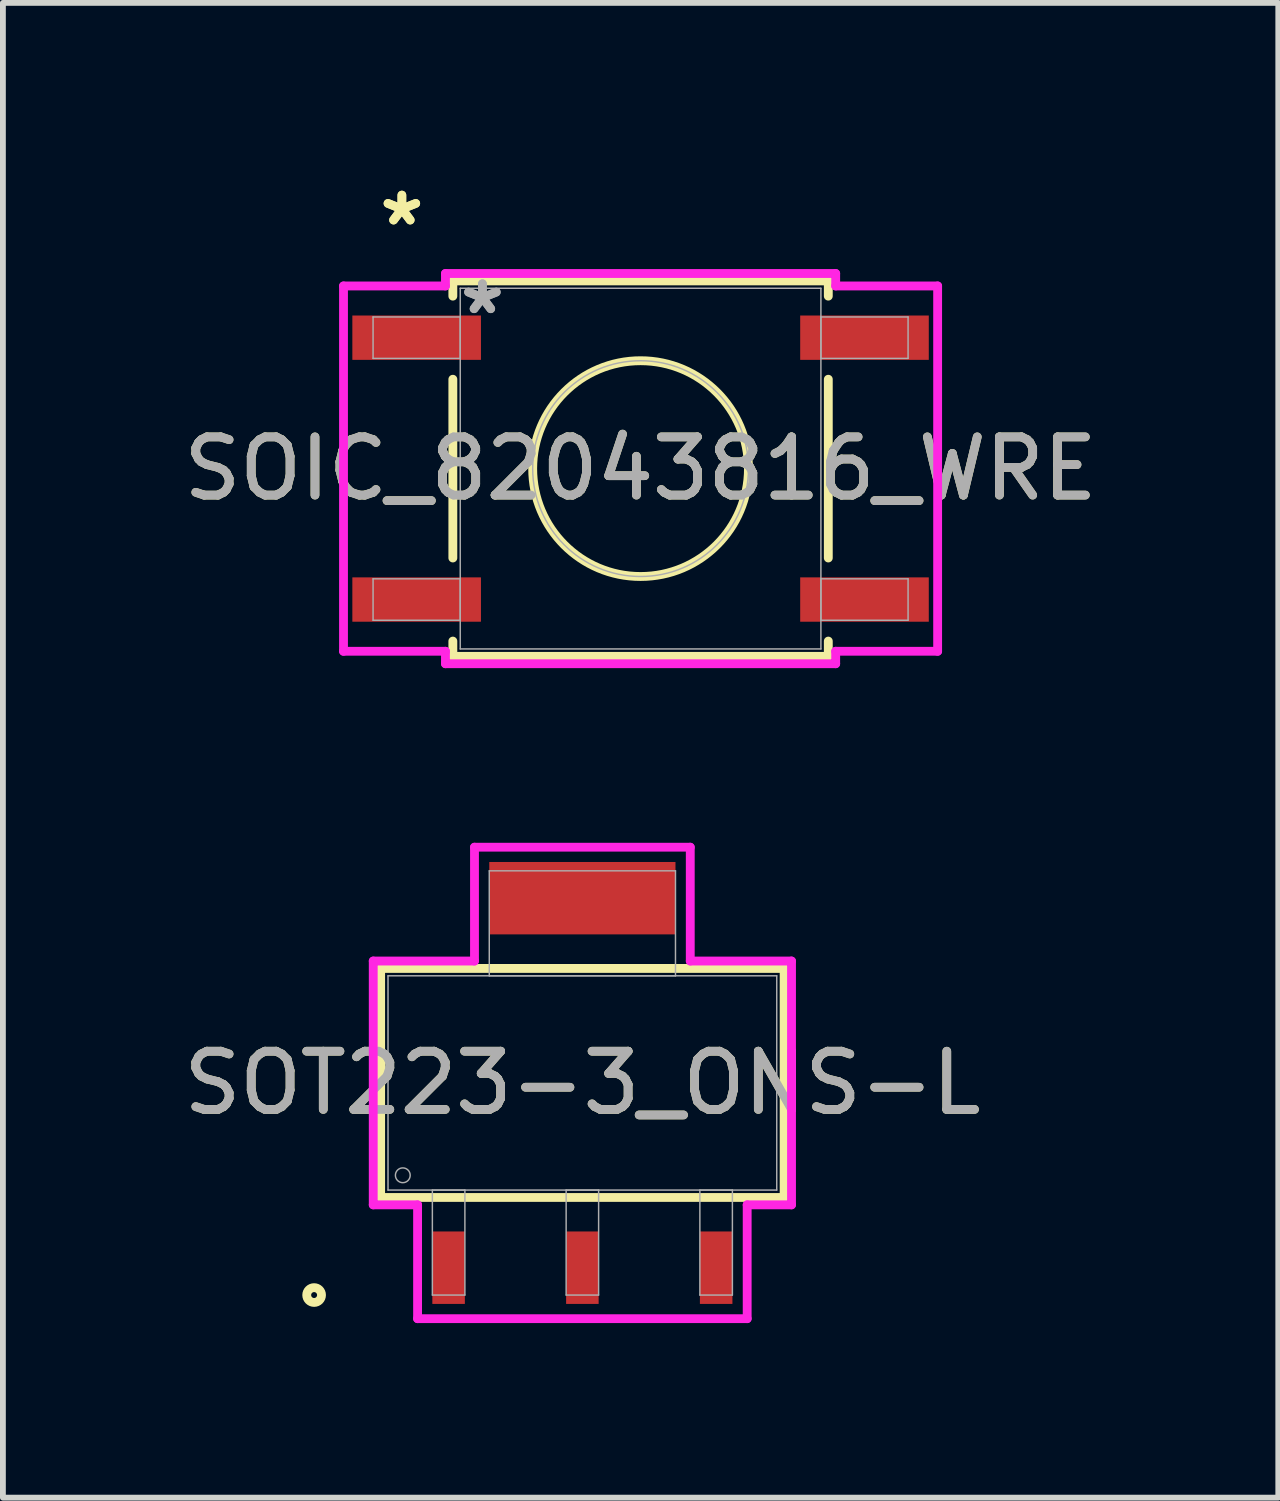
<source format=kicad_pcb>
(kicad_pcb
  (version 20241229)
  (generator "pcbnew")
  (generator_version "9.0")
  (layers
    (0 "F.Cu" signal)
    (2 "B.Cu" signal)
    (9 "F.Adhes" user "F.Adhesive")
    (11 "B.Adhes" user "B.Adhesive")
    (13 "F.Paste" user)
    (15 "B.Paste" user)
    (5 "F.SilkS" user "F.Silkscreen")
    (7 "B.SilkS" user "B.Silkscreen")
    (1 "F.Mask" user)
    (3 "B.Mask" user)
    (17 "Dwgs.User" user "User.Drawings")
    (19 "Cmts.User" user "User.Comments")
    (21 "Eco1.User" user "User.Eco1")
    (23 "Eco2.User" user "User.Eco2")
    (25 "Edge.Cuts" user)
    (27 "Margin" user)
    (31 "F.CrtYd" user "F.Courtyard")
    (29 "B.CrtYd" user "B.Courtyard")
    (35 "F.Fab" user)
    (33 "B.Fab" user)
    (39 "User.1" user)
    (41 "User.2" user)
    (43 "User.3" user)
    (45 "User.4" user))
  (footprint "SOIC_82043816_WRE"
    (layer "F.Cu")
    (at 7.958 5.003)
    (property "Reference" "SOIC_82043816_WRE" (at 0 0 0) (unlocked yes) (layer "F.SilkS") (effects (font (size 1 1) (thickness 0.15))))
    (attr smd)
    (fp_line (start -3.226 -3.226) (end -3.226 -2.964) (stroke (width 0.152) (type solid)) (layer "F.SilkS"))
    (fp_line (start -3.226 -1.536) (end -3.226 1.536) (stroke (width 0.152) (type solid)) (layer "F.SilkS"))
    (fp_line (start -3.226 2.964) (end -3.226 3.226) (stroke (width 0.152) (type solid)) (layer "F.SilkS"))
    (fp_line (start -3.226 3.226) (end 3.226 3.226) (stroke (width 0.152) (type solid)) (layer "F.SilkS"))
    (fp_line (start 3.226 -3.226) (end -3.226 -3.226) (stroke (width 0.152) (type solid)) (layer "F.SilkS"))
    (fp_line (start 3.226 -2.964) (end 3.226 -3.226) (stroke (width 0.152) (type solid)) (layer "F.SilkS"))
    (fp_line (start 3.226 1.536) (end 3.226 -1.536) (stroke (width 0.152) (type solid)) (layer "F.SilkS"))
    (fp_line (start 3.226 3.226) (end 3.226 2.964) (stroke (width 0.152) (type solid)) (layer "F.SilkS"))
    (fp_circle (center 0 0) (end 1.854 0) (stroke (width 0.152) (type solid)) (fill no) (layer "F.SilkS"))
    (fp_line (start -5.105 -3.139) (end -3.353 -3.139) (stroke (width 0.152) (type solid)) (layer "F.CrtYd"))
    (fp_line (start -5.105 3.139) (end -5.105 -3.139) (stroke (width 0.152) (type solid)) (layer "F.CrtYd"))
    (fp_line (start -3.353 -3.353) (end 3.353 -3.353) (stroke (width 0.152) (type solid)) (layer "F.CrtYd"))
    (fp_line (start -3.353 -3.139) (end -3.353 -3.353) (stroke (width 0.152) (type solid)) (layer "F.CrtYd"))
    (fp_line (start -3.353 3.139) (end -5.105 3.139) (stroke (width 0.152) (type solid)) (layer "F.CrtYd"))
    (fp_line (start -3.353 3.353) (end -3.353 3.139) (stroke (width 0.152) (type solid)) (layer "F.CrtYd"))
    (fp_line (start 3.353 -3.353) (end 3.353 -3.139) (stroke (width 0.152) (type solid)) (layer "F.CrtYd"))
    (fp_line (start 3.353 -3.139) (end 5.105 -3.139) (stroke (width 0.152) (type solid)) (layer "F.CrtYd"))
    (fp_line (start 3.353 3.139) (end 3.353 3.353) (stroke (width 0.152) (type solid)) (layer "F.CrtYd"))
    (fp_line (start 3.353 3.353) (end -3.353 3.353) (stroke (width 0.152) (type solid)) (layer "F.CrtYd"))
    (fp_line (start 5.105 -3.139) (end 5.105 3.139) (stroke (width 0.152) (type solid)) (layer "F.CrtYd"))
    (fp_line (start 5.105 3.139) (end 3.353 3.139) (stroke (width 0.152) (type solid)) (layer "F.CrtYd"))
    (fp_line (start -4.597 -2.606) (end -4.597 -1.894) (stroke (width 0.025) (type solid)) (layer "F.Fab"))
    (fp_line (start -4.597 -1.894) (end -3.099 -1.894) (stroke (width 0.025) (type solid)) (layer "F.Fab"))
    (fp_line (start -4.597 1.894) (end -4.597 2.606) (stroke (width 0.025) (type solid)) (layer "F.Fab"))
    (fp_line (start -4.597 2.606) (end -3.099 2.606) (stroke (width 0.025) (type solid)) (layer "F.Fab"))
    (fp_line (start -3.099 -3.099) (end -3.099 3.099) (stroke (width 0.025) (type solid)) (layer "F.Fab"))
    (fp_line (start -3.099 -2.606) (end -4.597 -2.606) (stroke (width 0.025) (type solid)) (layer "F.Fab"))
    (fp_line (start -3.099 -1.894) (end -3.099 -2.606) (stroke (width 0.025) (type solid)) (layer "F.Fab"))
    (fp_line (start -3.099 1.894) (end -4.597 1.894) (stroke (width 0.025) (type solid)) (layer "F.Fab"))
    (fp_line (start -3.099 2.606) (end -3.099 1.894) (stroke (width 0.025) (type solid)) (layer "F.Fab"))
    (fp_line (start -3.099 3.099) (end 3.099 3.099) (stroke (width 0.025) (type solid)) (layer "F.Fab"))
    (fp_line (start 3.099 -3.099) (end -3.099 -3.099) (stroke (width 0.025) (type solid)) (layer "F.Fab"))
    (fp_line (start 3.099 -2.606) (end 3.099 -1.894) (stroke (width 0.025) (type solid)) (layer "F.Fab"))
    (fp_line (start 3.099 -1.894) (end 4.597 -1.894) (stroke (width 0.025) (type solid)) (layer "F.Fab"))
    (fp_line (start 3.099 1.894) (end 3.099 2.606) (stroke (width 0.025) (type solid)) (layer "F.Fab"))
    (fp_line (start 3.099 2.606) (end 4.597 2.606) (stroke (width 0.025) (type solid)) (layer "F.Fab"))
    (fp_line (start 3.099 3.099) (end 3.099 -3.099) (stroke (width 0.025) (type solid)) (layer "F.Fab"))
    (fp_line (start 4.597 -2.606) (end 3.099 -2.606) (stroke (width 0.025) (type solid)) (layer "F.Fab"))
    (fp_line (start 4.597 -1.894) (end 4.597 -2.606) (stroke (width 0.025) (type solid)) (layer "F.Fab"))
    (fp_line (start 4.597 1.894) (end 3.099 1.894) (stroke (width 0.025) (type solid)) (layer "F.Fab"))
    (fp_line (start 4.597 2.606) (end 4.597 1.894) (stroke (width 0.025) (type solid)) (layer "F.Fab"))
    (fp_circle (center 0 0) (end 1.854 0) (stroke (width 0.025) (type solid)) (fill no) (layer "F.Fab"))
    (fp_text user "*" (at -4.102 -4.155 0) (layer "F.SilkS") (effects (font (size 1 1) (thickness 0.15))))
    (fp_text user "*" (at -4.102 -4.155 0) (unlocked yes) (layer "F.SilkS") (effects (font (size 1 1) (thickness 0.15))))
    (fp_text user "${REFERENCE}" (at 0 0 0) (unlocked yes) (layer "F.Fab") (effects (font (size 1 1) (thickness 0.15))))
    (fp_text user "*" (at -2.718 -2.631 0) (unlocked yes) (layer "F.Fab") (effects (font (size 1 1) (thickness 0.15))))
    (fp_text user "*" (at -2.718 -2.631 0) (layer "F.Fab") (effects (font (size 1 1) (thickness 0.15))))
    (pad "1" smd rect (at -3.848 -2.25) (size 2.21 0.762) (layers "F.Cu" "F.Mask" "F.Paste"))
    (pad "2" smd rect (at -3.848 2.25) (size 2.21 0.762) (layers "F.Cu" "F.Mask" "F.Paste"))
    (pad "3" smd rect (at 3.848 2.25) (size 2.21 0.762) (layers "F.Cu" "F.Mask" "F.Paste"))
    (pad "4" smd rect (at 3.848 -2.25) (size 2.21 0.762) (layers "F.Cu" "F.Mask" "F.Paste")))
  (footprint "SOT223-3_ONS-L"
    (layer "F.Cu")
    (at 6.958 15.56)
    (property "Reference" "SOT223-3_ONS-L" (at 0 0 0) (unlocked yes) (layer "F.SilkS") (effects (font (size 1 1) (thickness 0.15))))
    (attr smd)
    (fp_poly (pts (xy 1.6 -3.797) (xy -1.6 -3.797) (xy -1.6 -2.553) (xy 1.6 -2.553)) (stroke (width 0) (type solid)) (fill yes) (layer "F.Cu"))
    (fp_poly (pts (xy 1.6 -3.95) (xy -1.6 -3.95) (xy -1.6 -2.299) (xy 1.6 -2.299)) (stroke (width 0) (type solid)) (fill yes) (layer "F.Mask"))
    (fp_line (start -3.467 -1.968) (end -3.467 1.968) (stroke (width 0.152) (type solid)) (layer "F.SilkS"))
    (fp_line (start -3.467 1.968) (end 3.467 1.968) (stroke (width 0.152) (type solid)) (layer "F.SilkS"))
    (fp_line (start 3.467 -1.968) (end -3.467 -1.968) (stroke (width 0.152) (type solid)) (layer "F.SilkS"))
    (fp_line (start 3.467 1.968) (end 3.467 -1.968) (stroke (width 0.152) (type solid)) (layer "F.SilkS"))
    (fp_circle (center -4.61 3.645) (end -4.483 3.645) (stroke (width 0.152) (type solid)) (fill no) (layer "F.SilkS"))
    (fp_poly (pts (xy 1.6 -3.797) (xy -1.6 -3.797) (xy -1.6 -2.553) (xy 1.6 -2.553)) (stroke (width 0) (type solid)) (fill yes) (layer "F.Paste"))
    (fp_line (start -3.594 -2.095) (end -1.854 -2.095) (stroke (width 0.152) (type solid)) (layer "F.CrtYd"))
    (fp_line (start -3.594 2.095) (end -3.594 -2.095) (stroke (width 0.152) (type solid)) (layer "F.CrtYd"))
    (fp_line (start -2.832 2.095) (end -3.594 2.095) (stroke (width 0.152) (type solid)) (layer "F.CrtYd"))
    (fp_line (start -2.832 4.051) (end -2.832 2.095) (stroke (width 0.152) (type solid)) (layer "F.CrtYd"))
    (fp_line (start -1.854 -4.051) (end 1.854 -4.051) (stroke (width 0.152) (type solid)) (layer "F.CrtYd"))
    (fp_line (start -1.854 -2.095) (end -1.854 -4.051) (stroke (width 0.152) (type solid)) (layer "F.CrtYd"))
    (fp_line (start 1.854 -4.051) (end 1.854 -2.095) (stroke (width 0.152) (type solid)) (layer "F.CrtYd"))
    (fp_line (start 1.854 -2.095) (end 3.594 -2.095) (stroke (width 0.152) (type solid)) (layer "F.CrtYd"))
    (fp_line (start 2.832 2.095) (end 2.832 4.051) (stroke (width 0.152) (type solid)) (layer "F.CrtYd"))
    (fp_line (start 2.832 4.051) (end -2.832 4.051) (stroke (width 0.152) (type solid)) (layer "F.CrtYd"))
    (fp_line (start 3.594 -2.095) (end 3.594 2.095) (stroke (width 0.152) (type solid)) (layer "F.CrtYd"))
    (fp_line (start 3.594 2.095) (end 2.832 2.095) (stroke (width 0.152) (type solid)) (layer "F.CrtYd"))
    (fp_line (start -3.34 -1.841) (end -3.34 1.841) (stroke (width 0.025) (type solid)) (layer "F.Fab"))
    (fp_line (start -3.34 1.841) (end 3.34 1.841) (stroke (width 0.025) (type solid)) (layer "F.Fab"))
    (fp_line (start -2.578 1.841) (end -2.578 3.645) (stroke (width 0.025) (type solid)) (layer "F.Fab"))
    (fp_line (start -2.578 3.645) (end -2.019 3.645) (stroke (width 0.025) (type solid)) (layer "F.Fab"))
    (fp_line (start -2.019 1.841) (end -2.578 1.841) (stroke (width 0.025) (type solid)) (layer "F.Fab"))
    (fp_line (start -2.019 3.645) (end -2.019 1.841) (stroke (width 0.025) (type solid)) (layer "F.Fab"))
    (fp_line (start -1.6 -3.645) (end -1.6 -1.841) (stroke (width 0.025) (type solid)) (layer "F.Fab"))
    (fp_line (start -1.6 -1.841) (end 1.6 -1.841) (stroke (width 0.025) (type solid)) (layer "F.Fab"))
    (fp_line (start -0.279 1.841) (end -0.279 3.645) (stroke (width 0.025) (type solid)) (layer "F.Fab"))
    (fp_line (start -0.279 3.645) (end 0.279 3.645) (stroke (width 0.025) (type solid)) (layer "F.Fab"))
    (fp_line (start 0.279 1.841) (end -0.279 1.841) (stroke (width 0.025) (type solid)) (layer "F.Fab"))
    (fp_line (start 0.279 3.645) (end 0.279 1.841) (stroke (width 0.025) (type solid)) (layer "F.Fab"))
    (fp_line (start 1.6 -3.645) (end -1.6 -3.645) (stroke (width 0.025) (type solid)) (layer "F.Fab"))
    (fp_line (start 1.6 -1.841) (end 1.6 -3.645) (stroke (width 0.025) (type solid)) (layer "F.Fab"))
    (fp_line (start 2.019 1.841) (end 2.019 3.645) (stroke (width 0.025) (type solid)) (layer "F.Fab"))
    (fp_line (start 2.019 3.645) (end 2.578 3.645) (stroke (width 0.025) (type solid)) (layer "F.Fab"))
    (fp_line (start 2.578 1.841) (end 2.019 1.841) (stroke (width 0.025) (type solid)) (layer "F.Fab"))
    (fp_line (start 2.578 3.645) (end 2.578 1.841) (stroke (width 0.025) (type solid)) (layer "F.Fab"))
    (fp_line (start 3.34 -1.841) (end -3.34 -1.841) (stroke (width 0.025) (type solid)) (layer "F.Fab"))
    (fp_line (start 3.34 1.841) (end 3.34 -1.841) (stroke (width 0.025) (type solid)) (layer "F.Fab"))
    (fp_circle (center -3.086 1.587) (end -2.959 1.587) (stroke (width 0.025) (type solid)) (fill no) (layer "F.Fab"))
    (fp_text user "${REFERENCE}" (at 0 0 0) (unlocked yes) (layer "F.Fab") (effects (font (size 1 1) (thickness 0.15))))
    (pad "1" smd rect (at -2.299 3.175) (size 0.559 1.245) (layers "F.Cu" "F.Mask" "F.Paste"))
    (pad "2" smd rect (at 0 3.175) (size 0.559 1.245) (layers "F.Cu" "F.Mask" "F.Paste"))
    (pad "3" smd rect (at 2.299 3.175) (size 0.559 1.245) (layers "F.Cu" "F.Mask" "F.Paste")))
  (gr_rect
    (start -3 -3)
    (end 18.917 22.687)
    (stroke (width 0.1) (type default))
    (fill no)
    (layer "Edge.Cuts")))
</source>
